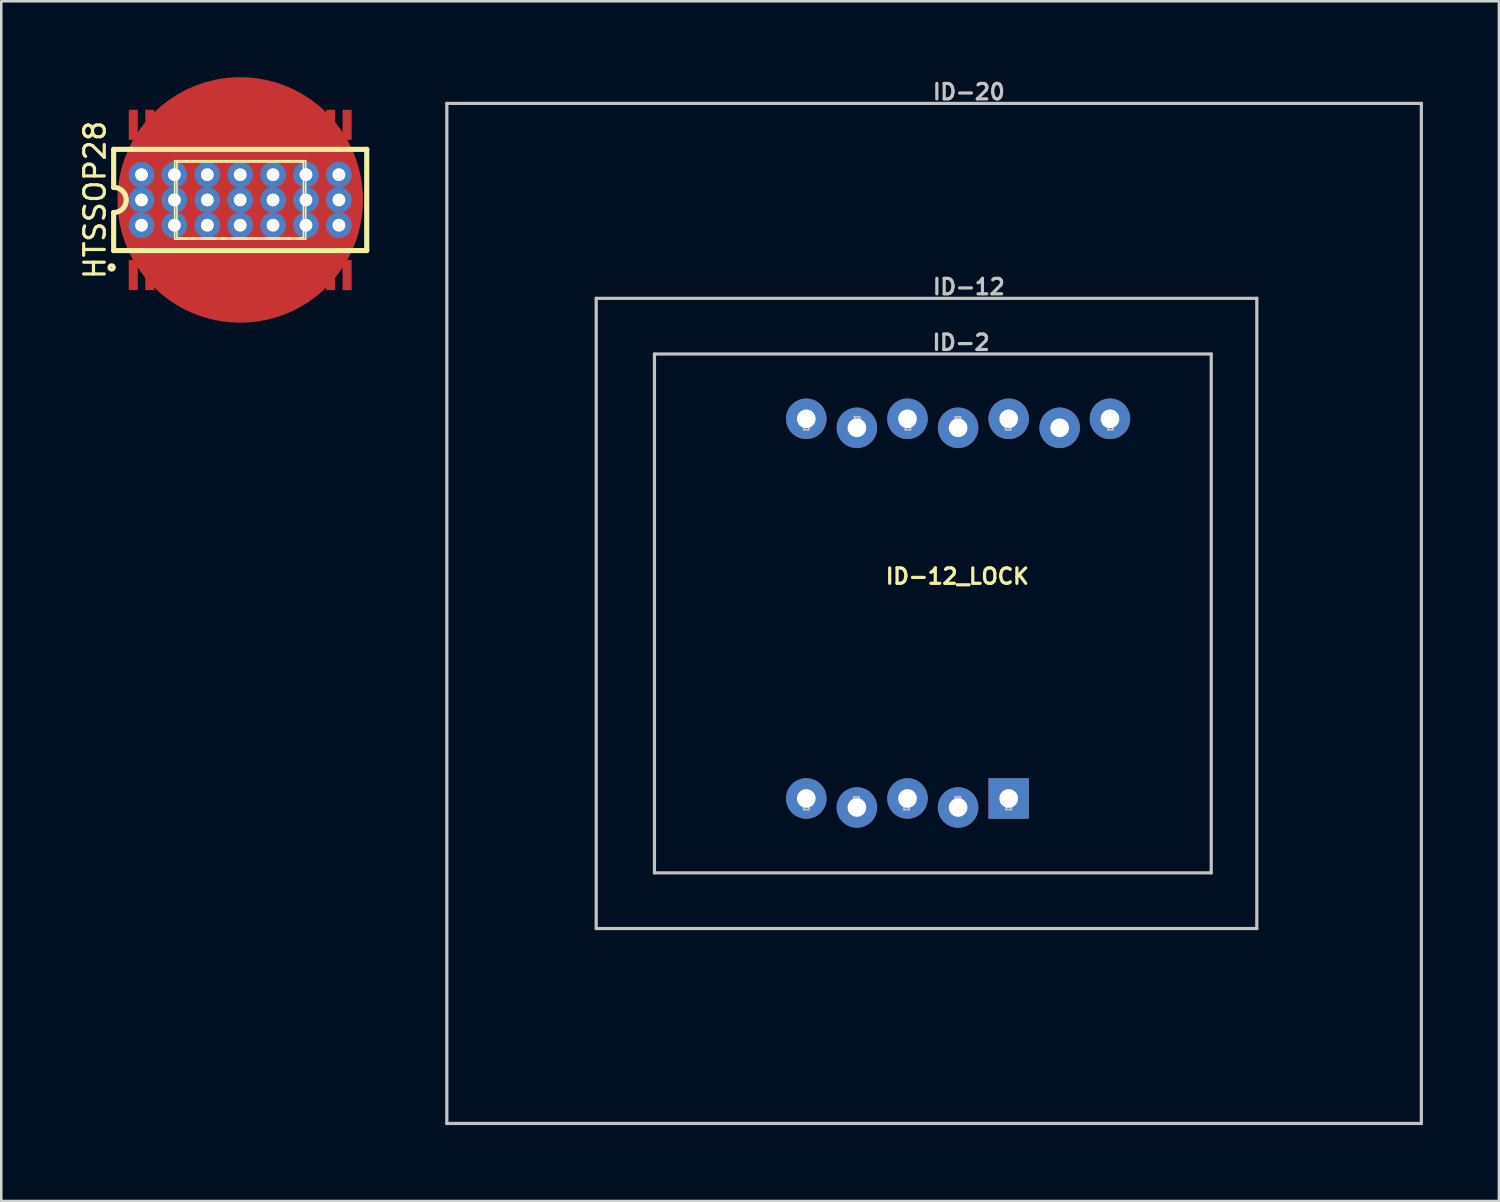
<source format=kicad_pcb>
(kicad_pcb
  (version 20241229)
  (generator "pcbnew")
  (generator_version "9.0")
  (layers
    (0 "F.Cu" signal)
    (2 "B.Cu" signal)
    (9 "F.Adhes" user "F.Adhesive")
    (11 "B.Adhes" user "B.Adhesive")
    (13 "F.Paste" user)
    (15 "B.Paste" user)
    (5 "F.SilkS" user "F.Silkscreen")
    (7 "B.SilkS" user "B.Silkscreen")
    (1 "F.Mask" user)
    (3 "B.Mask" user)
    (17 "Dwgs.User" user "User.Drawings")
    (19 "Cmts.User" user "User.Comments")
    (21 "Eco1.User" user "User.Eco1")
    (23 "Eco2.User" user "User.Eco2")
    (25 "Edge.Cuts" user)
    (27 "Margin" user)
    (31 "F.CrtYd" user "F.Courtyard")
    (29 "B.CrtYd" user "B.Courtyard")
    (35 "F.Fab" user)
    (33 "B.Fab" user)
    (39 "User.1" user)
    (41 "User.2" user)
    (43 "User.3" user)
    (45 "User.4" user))
  (footprint "ID-12_LOCK"
    (layer "F.Cu")
    (at 33.802 21.184)
    (property "Reference" "ID-12_LOCK" (at 0.968 -1.466 0) (layer "F.SilkS") (effects (font (size 0.61 0.61) (thickness 0.127))))
    (attr exclude_from_pos_files exclude_from_bom)
    (fp_line (start -19.2 -20.15) (end 19.299 -20.15) (stroke (width 0.127) (type solid)) (layer "Dwgs.User"))
    (fp_line (start -19.2 20.15) (end -19.2 -20.15) (stroke (width 0.127) (type solid)) (layer "Dwgs.User"))
    (fp_line (start -13.299 -12.449) (end -13.299 12.449) (stroke (width 0.127) (type solid)) (layer "Dwgs.User"))
    (fp_line (start -13.299 12.449) (end 12.799 12.449) (stroke (width 0.127) (type solid)) (layer "Dwgs.User"))
    (fp_line (start -10.998 -10.249) (end 10.998 -10.249) (stroke (width 0.127) (type solid)) (layer "Dwgs.User"))
    (fp_line (start -10.998 10.249) (end -10.998 -10.249) (stroke (width 0.127) (type solid)) (layer "Dwgs.User"))
    (fp_line (start -5.1 -7.765) (end -4.897 -7.765) (stroke (width 0.066) (type solid)) (layer "Dwgs.User"))
    (fp_line (start -5.1 -7.257) (end -5.1 -7.765) (stroke (width 0.066) (type solid)) (layer "Dwgs.User"))
    (fp_line (start -5.1 -7.257) (end -4.897 -7.257) (stroke (width 0.066) (type solid)) (layer "Dwgs.User"))
    (fp_line (start -5.1 7.244) (end -4.897 7.244) (stroke (width 0.066) (type solid)) (layer "Dwgs.User"))
    (fp_line (start -5.1 7.752) (end -5.1 7.244) (stroke (width 0.066) (type solid)) (layer "Dwgs.User"))
    (fp_line (start -5.1 7.752) (end -4.897 7.752) (stroke (width 0.066) (type solid)) (layer "Dwgs.User"))
    (fp_line (start -4.897 -7.257) (end -4.897 -7.765) (stroke (width 0.066) (type solid)) (layer "Dwgs.User"))
    (fp_line (start -4.897 7.752) (end -4.897 7.244) (stroke (width 0.066) (type solid)) (layer "Dwgs.User"))
    (fp_line (start -3.119 7.244) (end -2.916 7.244) (stroke (width 0.066) (type solid)) (layer "Dwgs.User"))
    (fp_line (start -3.119 7.752) (end -3.119 7.244) (stroke (width 0.066) (type solid)) (layer "Dwgs.User"))
    (fp_line (start -3.119 7.752) (end -2.916 7.752) (stroke (width 0.066) (type solid)) (layer "Dwgs.User"))
    (fp_line (start -3.094 -7.765) (end -2.891 -7.765) (stroke (width 0.066) (type solid)) (layer "Dwgs.User"))
    (fp_line (start -3.094 -7.257) (end -3.094 -7.765) (stroke (width 0.066) (type solid)) (layer "Dwgs.User"))
    (fp_line (start -3.094 -7.257) (end -2.891 -7.257) (stroke (width 0.066) (type solid)) (layer "Dwgs.User"))
    (fp_line (start -2.916 7.752) (end -2.916 7.244) (stroke (width 0.066) (type solid)) (layer "Dwgs.User"))
    (fp_line (start -2.891 -7.257) (end -2.891 -7.765) (stroke (width 0.066) (type solid)) (layer "Dwgs.User"))
    (fp_line (start -1.138 7.244) (end -0.935 7.244) (stroke (width 0.066) (type solid)) (layer "Dwgs.User"))
    (fp_line (start -1.138 7.752) (end -1.138 7.244) (stroke (width 0.066) (type solid)) (layer "Dwgs.User"))
    (fp_line (start -1.138 7.752) (end -0.935 7.752) (stroke (width 0.066) (type solid)) (layer "Dwgs.User"))
    (fp_line (start -1.087 -7.765) (end -0.884 -7.765) (stroke (width 0.066) (type solid)) (layer "Dwgs.User"))
    (fp_line (start -1.087 -7.257) (end -1.087 -7.765) (stroke (width 0.066) (type solid)) (layer "Dwgs.User"))
    (fp_line (start -1.087 -7.257) (end -0.884 -7.257) (stroke (width 0.066) (type solid)) (layer "Dwgs.User"))
    (fp_line (start -0.935 7.752) (end -0.935 7.244) (stroke (width 0.066) (type solid)) (layer "Dwgs.User"))
    (fp_line (start -0.884 -7.257) (end -0.884 -7.765) (stroke (width 0.066) (type solid)) (layer "Dwgs.User"))
    (fp_line (start 0.892 -7.765) (end 1.095 -7.765) (stroke (width 0.066) (type solid)) (layer "Dwgs.User"))
    (fp_line (start 0.892 -7.257) (end 0.892 -7.765) (stroke (width 0.066) (type solid)) (layer "Dwgs.User"))
    (fp_line (start 0.892 -7.257) (end 1.095 -7.257) (stroke (width 0.066) (type solid)) (layer "Dwgs.User"))
    (fp_line (start 0.892 7.244) (end 1.095 7.244) (stroke (width 0.066) (type solid)) (layer "Dwgs.User"))
    (fp_line (start 0.892 7.752) (end 0.892 7.244) (stroke (width 0.066) (type solid)) (layer "Dwgs.User"))
    (fp_line (start 0.892 7.752) (end 1.095 7.752) (stroke (width 0.066) (type solid)) (layer "Dwgs.User"))
    (fp_line (start 1.095 -7.257) (end 1.095 -7.765) (stroke (width 0.066) (type solid)) (layer "Dwgs.User"))
    (fp_line (start 1.095 7.752) (end 1.095 7.244) (stroke (width 0.066) (type solid)) (layer "Dwgs.User"))
    (fp_line (start 2.873 -7.765) (end 3.076 -7.765) (stroke (width 0.066) (type solid)) (layer "Dwgs.User"))
    (fp_line (start 2.873 -7.257) (end 2.873 -7.765) (stroke (width 0.066) (type solid)) (layer "Dwgs.User"))
    (fp_line (start 2.873 -7.257) (end 3.076 -7.257) (stroke (width 0.066) (type solid)) (layer "Dwgs.User"))
    (fp_line (start 2.898 7.244) (end 3.101 7.244) (stroke (width 0.066) (type solid)) (layer "Dwgs.User"))
    (fp_line (start 2.898 7.752) (end 2.898 7.244) (stroke (width 0.066) (type solid)) (layer "Dwgs.User"))
    (fp_line (start 2.898 7.752) (end 3.101 7.752) (stroke (width 0.066) (type solid)) (layer "Dwgs.User"))
    (fp_line (start 3.076 -7.257) (end 3.076 -7.765) (stroke (width 0.066) (type solid)) (layer "Dwgs.User"))
    (fp_line (start 3.101 7.752) (end 3.101 7.244) (stroke (width 0.066) (type solid)) (layer "Dwgs.User"))
    (fp_line (start 6.911 -7.765) (end 7.115 -7.765) (stroke (width 0.066) (type solid)) (layer "Dwgs.User"))
    (fp_line (start 6.911 -7.257) (end 6.911 -7.765) (stroke (width 0.066) (type solid)) (layer "Dwgs.User"))
    (fp_line (start 6.911 -7.257) (end 7.115 -7.257) (stroke (width 0.066) (type solid)) (layer "Dwgs.User"))
    (fp_line (start 7.115 -7.257) (end 7.115 -7.765) (stroke (width 0.066) (type solid)) (layer "Dwgs.User"))
    (fp_line (start 10.998 -10.249) (end 10.998 10.249) (stroke (width 0.127) (type solid)) (layer "Dwgs.User"))
    (fp_line (start 10.998 10.249) (end -10.998 10.249) (stroke (width 0.127) (type solid)) (layer "Dwgs.User"))
    (fp_line (start 12.799 -12.449) (end -13.299 -12.449) (stroke (width 0.127) (type solid)) (layer "Dwgs.User"))
    (fp_line (start 12.799 12.449) (end 12.799 -12.449) (stroke (width 0.127) (type solid)) (layer "Dwgs.User"))
    (fp_line (start 19.299 -20.15) (end 19.299 20.15) (stroke (width 0.127) (type solid)) (layer "Dwgs.User"))
    (fp_line (start 19.299 20.15) (end -19.2 20.15) (stroke (width 0.127) (type solid)) (layer "Dwgs.User"))
    (fp_text user "ID-20" (at 1.422 -20.604 0) (layer "Dwgs.User") (effects (font (size 0.61 0.61) (thickness 0.127))))
    (fp_text user "ID-2" (at 1.118 -10.704 0) (layer "Dwgs.User") (effects (font (size 0.61 0.61) (thickness 0.127))))
    (fp_text user "ID-12" (at 1.422 -12.903 0) (layer "Dwgs.User") (effects (font (size 0.61 0.61) (thickness 0.127))))
    (pad "1" thru_hole rect (at 2.997 7.31) (size 1.6 1.6) (drill 0.737) (layers "*.Cu" "*.Paste" "*.Mask"))
    (pad "2" thru_hole circle (at 0.998 7.666) (size 1.6 1.6) (drill 0.737) (layers "*.Cu" "*.Paste" "*.Mask"))
    (pad "3" thru_hole circle (at -1.001 7.31) (size 1.6 1.6) (drill 0.737) (layers "*.Cu" "*.Paste" "*.Mask"))
    (pad "4" thru_hole circle (at -3 7.666) (size 1.6 1.6) (drill 0.737) (layers "*.Cu" "*.Paste" "*.Mask"))
    (pad "5" thru_hole circle (at -4.999 7.31) (size 1.6 1.6) (drill 0.737) (layers "*.Cu" "*.Paste" "*.Mask"))
    (pad "6" thru_hole circle (at -4.999 -7.689) (size 1.6 1.6) (drill 0.737) (layers "*.Cu" "*.Paste" "*.Mask"))
    (pad "7" thru_hole circle (at -3 -7.333) (size 1.6 1.6) (drill 0.737) (layers "*.Cu" "*.Paste" "*.Mask"))
    (pad "8" thru_hole circle (at -1.001 -7.689) (size 1.6 1.6) (drill 0.737) (layers "*.Cu" "*.Paste" "*.Mask"))
    (pad "9" thru_hole circle (at 0.998 -7.333) (size 1.6 1.6) (drill 0.737) (layers "*.Cu" "*.Paste" "*.Mask"))
    (pad "10" thru_hole circle (at 2.997 -7.689) (size 1.6 1.6) (drill 0.737) (layers "*.Cu" "*.Paste" "*.Mask"))
    (pad "11" thru_hole circle (at 6.998 -7.689) (size 1.6 1.6) (drill 0.737) (layers "*.Cu" "*.Paste" "*.Mask"))
    (pad "NC" thru_hole circle (at 5.011 -7.333) (size 1.6 1.6) (drill 0.737) (layers "*.Cu" "*.Paste" "*.Mask")))
  (footprint "HTSSOP28"
    (layer "F.Cu")
    (at 6.439 4.849)
    (property "Reference" "HTSSOP28" (at -5.74 0 90) (layer "F.SilkS") (effects (font (size 0.813 0.813) (thickness 0.127))))
    (attr smd)
    (fp_line (start -4.999 -1.999) (end -4.999 -0.498) (stroke (width 0.203) (type solid)) (layer "F.SilkS"))
    (fp_line (start -4.999 -1.999) (end 4.999 -1.999) (stroke (width 0.203) (type solid)) (layer "F.SilkS"))
    (fp_line (start -4.999 0.498) (end -4.999 1.999) (stroke (width 0.203) (type solid)) (layer "F.SilkS"))
    (fp_line (start -4.999 1.999) (end 4.999 1.999) (stroke (width 0.203) (type solid)) (layer "F.SilkS"))
    (fp_line (start -2.588 -1.549) (end 2.588 -1.549) (stroke (width 0.066) (type solid)) (layer "F.SilkS"))
    (fp_line (start -2.588 1.549) (end -2.588 -1.549) (stroke (width 0.066) (type solid)) (layer "F.SilkS"))
    (fp_line (start -2.588 1.549) (end 2.588 1.549) (stroke (width 0.066) (type solid)) (layer "F.SilkS"))
    (fp_line (start -2.499 -1.499) (end 2.499 -1.499) (stroke (width 0.066) (type solid)) (layer "F.SilkS"))
    (fp_line (start -2.499 1.499) (end -2.499 -1.499) (stroke (width 0.066) (type solid)) (layer "F.SilkS"))
    (fp_line (start -2.499 1.499) (end 2.499 1.499) (stroke (width 0.066) (type solid)) (layer "F.SilkS"))
    (fp_line (start 2.499 1.499) (end 2.499 -1.499) (stroke (width 0.066) (type solid)) (layer "F.SilkS"))
    (fp_line (start 2.588 1.549) (end 2.588 -1.549) (stroke (width 0.066) (type solid)) (layer "F.SilkS"))
    (fp_line (start 4.999 -1.999) (end 4.999 1.999) (stroke (width 0.203) (type solid)) (layer "F.SilkS"))
    (fp_arc (start -4.99872 -0.49784) (mid -4.50088 0) (end -4.99872 0.49784) (stroke (width 0.2032) (type solid)) (layer "F.SilkS"))
    (fp_circle (center -5.08 2.667) (end -5.144 2.731) (stroke (width 0.152) (type solid)) (fill no) (layer "F.SilkS"))
    (pad "1" smd rect (at -4.224 2.969) (size 0.358 1.189) (layers "F.Cu" "F.Mask" "F.Paste"))
    (pad "2" smd rect (at -3.574 2.969) (size 0.358 1.189) (layers "F.Cu" "F.Mask" "F.Paste"))
    (pad "3" smd rect (at -2.924 2.969) (size 0.358 1.189) (layers "F.Cu" "F.Mask" "F.Paste"))
    (pad "4" smd rect (at -2.273 2.969) (size 0.358 1.189) (layers "F.Cu" "F.Mask" "F.Paste"))
    (pad "5" smd rect (at -1.623 2.969) (size 0.358 1.189) (layers "F.Cu" "F.Mask" "F.Paste"))
    (pad "6" smd rect (at -0.973 2.969) (size 0.358 1.189) (layers "F.Cu" "F.Mask" "F.Paste"))
    (pad "7" smd rect (at -0.323 2.969) (size 0.358 1.189) (layers "F.Cu" "F.Mask" "F.Paste"))
    (pad "8" smd rect (at 0.323 2.969) (size 0.358 1.189) (layers "F.Cu" "F.Mask" "F.Paste"))
    (pad "9" smd rect (at 0.973 2.969) (size 0.358 1.189) (layers "F.Cu" "F.Mask" "F.Paste"))
    (pad "10" smd rect (at 1.623 2.969) (size 0.358 1.189) (layers "F.Cu" "F.Mask" "F.Paste"))
    (pad "11" smd rect (at 2.273 2.969) (size 0.358 1.189) (layers "F.Cu" "F.Mask" "F.Paste"))
    (pad "12" smd rect (at 2.924 2.969) (size 0.358 1.189) (layers "F.Cu" "F.Mask" "F.Paste"))
    (pad "13" smd rect (at 3.574 2.969) (size 0.358 1.189) (layers "F.Cu" "F.Mask" "F.Paste"))
    (pad "14" smd rect (at 4.224 2.969) (size 0.358 1.189) (layers "F.Cu" "F.Mask" "F.Paste"))
    (pad "15" smd rect (at 4.224 -2.969) (size 0.358 1.189) (layers "F.Cu" "F.Mask" "F.Paste"))
    (pad "16" smd rect (at 3.574 -2.969) (size 0.358 1.189) (layers "F.Cu" "F.Mask" "F.Paste"))
    (pad "17" smd rect (at 2.924 -2.969) (size 0.358 1.189) (layers "F.Cu" "F.Mask" "F.Paste"))
    (pad "18" smd rect (at 2.273 -2.969) (size 0.358 1.189) (layers "F.Cu" "F.Mask" "F.Paste"))
    (pad "19" smd rect (at 1.623 -2.969) (size 0.358 1.189) (layers "F.Cu" "F.Mask" "F.Paste"))
    (pad "20" smd rect (at 0.973 -2.969) (size 0.358 1.189) (layers "F.Cu" "F.Mask" "F.Paste"))
    (pad "21" smd rect (at 0.323 -2.969) (size 0.358 1.189) (layers "F.Cu" "F.Mask" "F.Paste"))
    (pad "22" smd rect (at -0.323 -2.969) (size 0.358 1.189) (layers "F.Cu" "F.Mask" "F.Paste"))
    (pad "23" smd rect (at -0.973 -2.969) (size 0.358 1.189) (layers "F.Cu" "F.Mask" "F.Paste"))
    (pad "24" smd rect (at -1.623 -2.969) (size 0.358 1.189) (layers "F.Cu" "F.Mask" "F.Paste"))
    (pad "25" smd rect (at -2.273 -2.969) (size 0.358 1.189) (layers "F.Cu" "F.Mask" "F.Paste"))
    (pad "26" smd rect (at -2.924 -2.969) (size 0.358 1.189) (layers "F.Cu" "F.Mask" "F.Paste"))
    (pad "27" smd rect (at -3.574 -2.969) (size 0.358 1.189) (layers "F.Cu" "F.Mask" "F.Paste"))
    (pad "28" smd rect (at -4.224 -2.969) (size 0.358 1.189) (layers "F.Cu" "F.Mask" "F.Paste"))
    (pad "GND@" thru_hole circle (at -3.899 -0.998) (size 1.016 1.016) (drill 0.508) (layers "*.Cu" "*.Paste" "*.Mask"))
    (pad "GND@" thru_hole circle (at -3.899 0) (size 1.016 1.016) (drill 0.508) (layers "*.Cu" "*.Paste" "*.Mask"))
    (pad "GND@" thru_hole circle (at -3.899 0.998) (size 1.016 1.016) (drill 0.508) (layers "*.Cu" "*.Paste" "*.Mask"))
    (pad "GND@" thru_hole circle (at -2.598 -0.998) (size 1.016 1.016) (drill 0.508) (layers "*.Cu" "*.Paste" "*.Mask"))
    (pad "GND@" thru_hole circle (at -2.598 0) (size 1.016 1.016) (drill 0.508) (layers "*.Cu" "*.Paste" "*.Mask"))
    (pad "GND@" thru_hole circle (at -2.598 0.998) (size 1.016 1.016) (drill 0.508) (layers "*.Cu" "*.Paste" "*.Mask"))
    (pad "GND@" thru_hole circle (at -1.298 -0.998) (size 1.016 1.016) (drill 0.508) (layers "*.Cu" "*.Paste" "*.Mask"))
    (pad "GND@" thru_hole circle (at -1.298 0) (size 1.016 1.016) (drill 0.508) (layers "*.Cu" "*.Paste" "*.Mask"))
    (pad "GND@" thru_hole circle (at -1.298 0.998) (size 1.016 1.016) (drill 0.508) (layers "*.Cu" "*.Paste" "*.Mask"))
    (pad "GND@" thru_hole circle (at 0 -0.998) (size 1.016 1.016) (drill 0.508) (layers "*.Cu" "*.Paste" "*.Mask"))
    (pad "GND@" thru_hole circle (at 0 0) (size 1.016 1.016) (drill 0.508) (layers "*.Cu" "*.Paste" "*.Mask"))
    (pad "GND@" smd circle (at 0 0) (size 9.698 9.698) (layers "F.Cu" "F.Mask" "F.Paste"))
    (pad "GND@" thru_hole circle (at 0 0.998) (size 1.016 1.016) (drill 0.508) (layers "*.Cu" "*.Paste" "*.Mask"))
    (pad "GND@" thru_hole circle (at 1.298 -0.998) (size 1.016 1.016) (drill 0.508) (layers "*.Cu" "*.Paste" "*.Mask"))
    (pad "GND@" thru_hole circle (at 1.298 0) (size 1.016 1.016) (drill 0.508) (layers "*.Cu" "*.Paste" "*.Mask"))
    (pad "GND@" thru_hole circle (at 1.298 0.998) (size 1.016 1.016) (drill 0.508) (layers "*.Cu" "*.Paste" "*.Mask"))
    (pad "GND@" thru_hole circle (at 2.598 -0.998) (size 1.016 1.016) (drill 0.508) (layers "*.Cu" "*.Paste" "*.Mask"))
    (pad "GND@" thru_hole circle (at 2.598 0) (size 1.016 1.016) (drill 0.508) (layers "*.Cu" "*.Paste" "*.Mask"))
    (pad "GND@" thru_hole circle (at 2.598 0.998) (size 1.016 1.016) (drill 0.508) (layers "*.Cu" "*.Paste" "*.Mask"))
    (pad "GND@" thru_hole circle (at 3.899 -0.998) (size 1.016 1.016) (drill 0.508) (layers "*.Cu" "*.Paste" "*.Mask"))
    (pad "GND@" thru_hole circle (at 3.899 0) (size 1.016 1.016) (drill 0.508) (layers "*.Cu" "*.Paste" "*.Mask"))
    (pad "GND@" thru_hole circle (at 3.899 0.998) (size 1.016 1.016) (drill 0.508) (layers "*.Cu" "*.Paste" "*.Mask")))
  (gr_rect
    (start -3 -3)
    (end 56.165 44.397)
    (stroke (width 0.1) (type default))
    (fill no)
    (layer "Edge.Cuts")))
</source>
